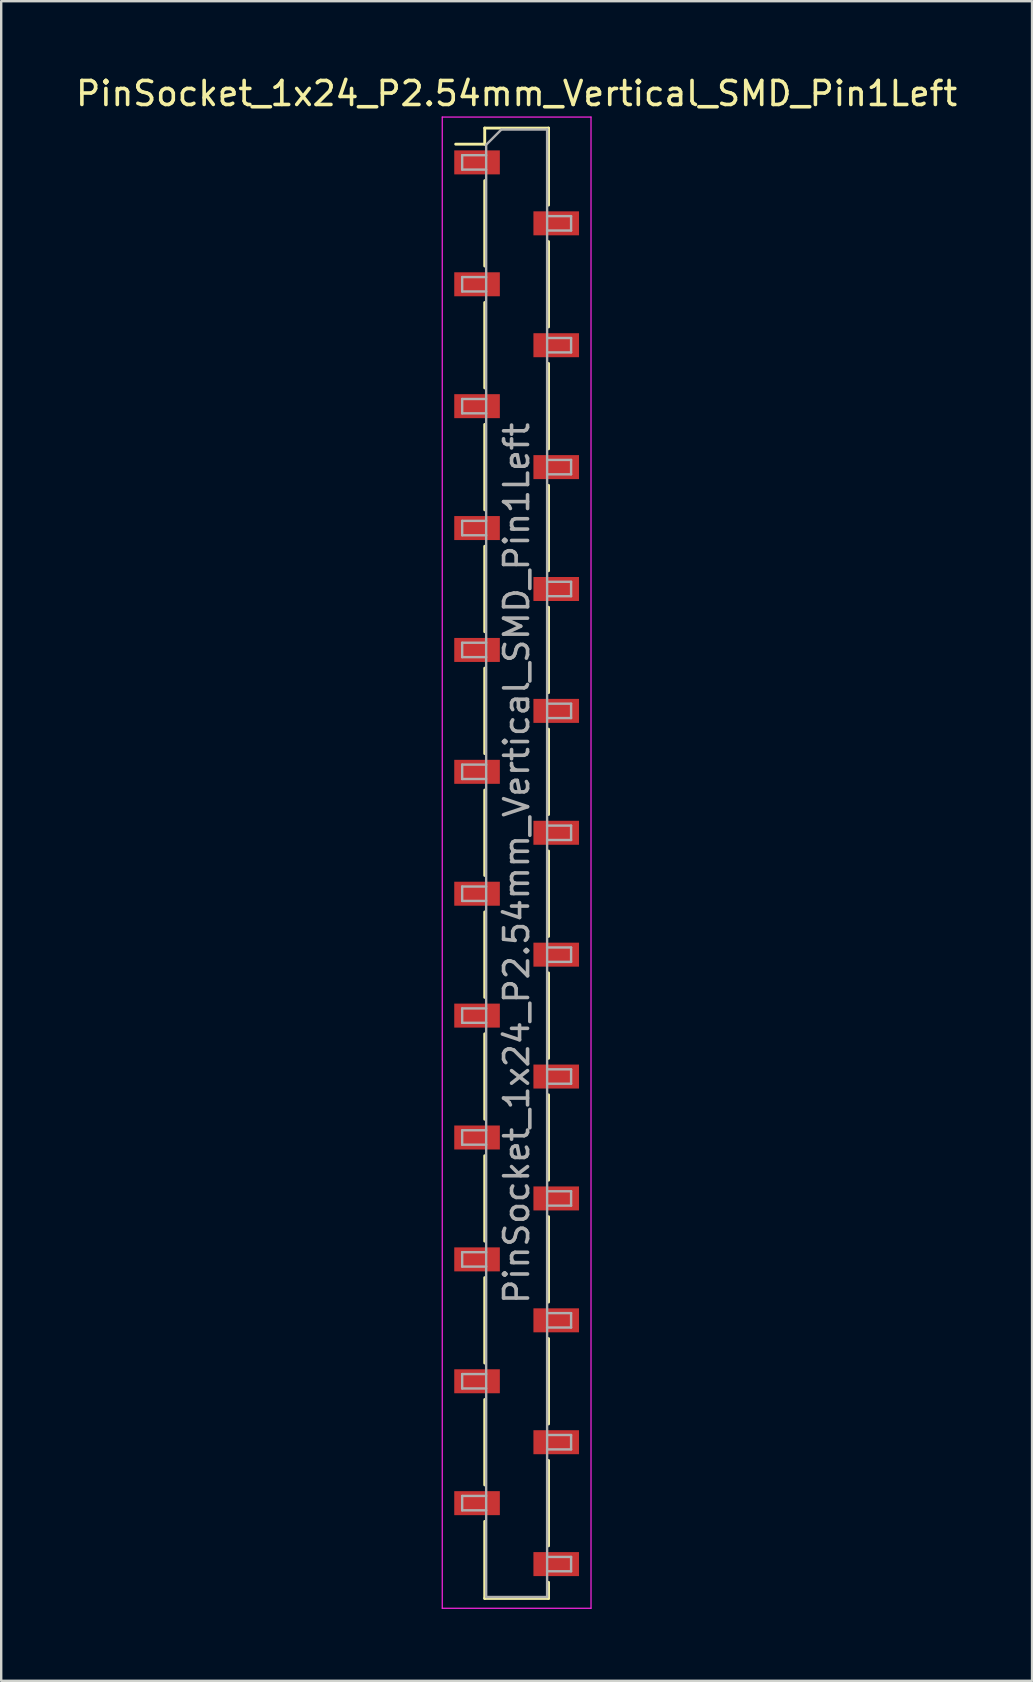
<source format=kicad_pcb>
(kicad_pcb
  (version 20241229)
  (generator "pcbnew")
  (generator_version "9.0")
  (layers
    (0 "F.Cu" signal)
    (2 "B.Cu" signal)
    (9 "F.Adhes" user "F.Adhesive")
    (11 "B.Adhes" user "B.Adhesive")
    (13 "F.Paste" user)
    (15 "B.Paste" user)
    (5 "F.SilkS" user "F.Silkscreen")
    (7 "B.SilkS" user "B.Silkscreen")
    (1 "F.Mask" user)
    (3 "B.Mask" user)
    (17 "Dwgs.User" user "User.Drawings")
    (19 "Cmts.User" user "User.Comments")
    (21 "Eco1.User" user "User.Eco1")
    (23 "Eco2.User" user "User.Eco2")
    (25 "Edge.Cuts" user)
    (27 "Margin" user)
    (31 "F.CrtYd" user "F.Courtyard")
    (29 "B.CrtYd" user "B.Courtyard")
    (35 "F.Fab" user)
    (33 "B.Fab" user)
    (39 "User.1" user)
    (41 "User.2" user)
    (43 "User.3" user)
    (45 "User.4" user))
  (footprint "PinSocket_1x24_P2.54mm_Vertical_SMD_Pin1Left"
    (layer "F.Cu")
    (at 18.482 32.928)
    (property "Reference" "PinSocket_1x24_P2.54mm_Vertical_SMD_Pin1Left" (at 0 -32.08 0) (layer "F.SilkS") (effects (font (size 1 1) (thickness 0.15))))
    (attr smd)
    (fp_line (start -2.54 -29.97) (end -1.33 -29.97) (stroke (width 0.12) (type solid)) (layer "F.SilkS"))
    (fp_line (start -1.33 -30.64) (end -1.33 -29.97) (stroke (width 0.12) (type solid)) (layer "F.SilkS"))
    (fp_line (start -1.33 -30.64) (end 1.33 -30.64) (stroke (width 0.12) (type solid)) (layer "F.SilkS"))
    (fp_line (start -1.33 -28.45) (end -1.33 -24.89) (stroke (width 0.12) (type solid)) (layer "F.SilkS"))
    (fp_line (start -1.33 -23.37) (end -1.33 -19.81) (stroke (width 0.12) (type solid)) (layer "F.SilkS"))
    (fp_line (start -1.33 -18.29) (end -1.33 -14.73) (stroke (width 0.12) (type solid)) (layer "F.SilkS"))
    (fp_line (start -1.33 -13.21) (end -1.33 -9.65) (stroke (width 0.12) (type solid)) (layer "F.SilkS"))
    (fp_line (start -1.33 -8.13) (end -1.33 -4.57) (stroke (width 0.12) (type solid)) (layer "F.SilkS"))
    (fp_line (start -1.33 -3.05) (end -1.33 0.51) (stroke (width 0.12) (type solid)) (layer "F.SilkS"))
    (fp_line (start -1.33 2.03) (end -1.33 5.59) (stroke (width 0.12) (type solid)) (layer "F.SilkS"))
    (fp_line (start -1.33 7.11) (end -1.33 10.67) (stroke (width 0.12) (type solid)) (layer "F.SilkS"))
    (fp_line (start -1.33 12.19) (end -1.33 15.75) (stroke (width 0.12) (type solid)) (layer "F.SilkS"))
    (fp_line (start -1.33 17.27) (end -1.33 20.83) (stroke (width 0.12) (type solid)) (layer "F.SilkS"))
    (fp_line (start -1.33 22.35) (end -1.33 25.91) (stroke (width 0.12) (type solid)) (layer "F.SilkS"))
    (fp_line (start -1.33 27.43) (end -1.33 30.64) (stroke (width 0.12) (type solid)) (layer "F.SilkS"))
    (fp_line (start -1.33 30.64) (end 1.33 30.64) (stroke (width 0.12) (type solid)) (layer "F.SilkS"))
    (fp_line (start 1.33 -30.64) (end 1.33 -27.43) (stroke (width 0.12) (type solid)) (layer "F.SilkS"))
    (fp_line (start 1.33 -25.91) (end 1.33 -22.35) (stroke (width 0.12) (type solid)) (layer "F.SilkS"))
    (fp_line (start 1.33 -20.83) (end 1.33 -17.27) (stroke (width 0.12) (type solid)) (layer "F.SilkS"))
    (fp_line (start 1.33 -15.75) (end 1.33 -12.19) (stroke (width 0.12) (type solid)) (layer "F.SilkS"))
    (fp_line (start 1.33 -10.67) (end 1.33 -7.11) (stroke (width 0.12) (type solid)) (layer "F.SilkS"))
    (fp_line (start 1.33 -5.59) (end 1.33 -2.03) (stroke (width 0.12) (type solid)) (layer "F.SilkS"))
    (fp_line (start 1.33 -0.51) (end 1.33 3.05) (stroke (width 0.12) (type solid)) (layer "F.SilkS"))
    (fp_line (start 1.33 4.57) (end 1.33 8.13) (stroke (width 0.12) (type solid)) (layer "F.SilkS"))
    (fp_line (start 1.33 9.65) (end 1.33 13.21) (stroke (width 0.12) (type solid)) (layer "F.SilkS"))
    (fp_line (start 1.33 14.73) (end 1.33 18.29) (stroke (width 0.12) (type solid)) (layer "F.SilkS"))
    (fp_line (start 1.33 19.81) (end 1.33 23.37) (stroke (width 0.12) (type solid)) (layer "F.SilkS"))
    (fp_line (start 1.33 24.89) (end 1.33 28.45) (stroke (width 0.12) (type solid)) (layer "F.SilkS"))
    (fp_line (start 1.33 29.97) (end 1.33 30.64) (stroke (width 0.12) (type solid)) (layer "F.SilkS"))
    (fp_line (start -3.1 -31.1) (end 3.1 -31.1) (stroke (width 0.05) (type solid)) (layer "F.CrtYd"))
    (fp_line (start -3.1 31.05) (end -3.1 -31.1) (stroke (width 0.05) (type solid)) (layer "F.CrtYd"))
    (fp_line (start 3.1 -31.1) (end 3.1 31.05) (stroke (width 0.05) (type solid)) (layer "F.CrtYd"))
    (fp_line (start 3.1 31.05) (end -3.1 31.05) (stroke (width 0.05) (type solid)) (layer "F.CrtYd"))
    (fp_line (start -2.27 -29.51) (end -1.27 -29.51) (stroke (width 0.1) (type solid)) (layer "F.Fab"))
    (fp_line (start -2.27 -28.91) (end -2.27 -29.51) (stroke (width 0.1) (type solid)) (layer "F.Fab"))
    (fp_line (start -2.27 -24.43) (end -1.27 -24.43) (stroke (width 0.1) (type solid)) (layer "F.Fab"))
    (fp_line (start -2.27 -23.83) (end -2.27 -24.43) (stroke (width 0.1) (type solid)) (layer "F.Fab"))
    (fp_line (start -2.27 -19.35) (end -1.27 -19.35) (stroke (width 0.1) (type solid)) (layer "F.Fab"))
    (fp_line (start -2.27 -18.75) (end -2.27 -19.35) (stroke (width 0.1) (type solid)) (layer "F.Fab"))
    (fp_line (start -2.27 -14.27) (end -1.27 -14.27) (stroke (width 0.1) (type solid)) (layer "F.Fab"))
    (fp_line (start -2.27 -13.67) (end -2.27 -14.27) (stroke (width 0.1) (type solid)) (layer "F.Fab"))
    (fp_line (start -2.27 -9.19) (end -1.27 -9.19) (stroke (width 0.1) (type solid)) (layer "F.Fab"))
    (fp_line (start -2.27 -8.59) (end -2.27 -9.19) (stroke (width 0.1) (type solid)) (layer "F.Fab"))
    (fp_line (start -2.27 -4.11) (end -1.27 -4.11) (stroke (width 0.1) (type solid)) (layer "F.Fab"))
    (fp_line (start -2.27 -3.51) (end -2.27 -4.11) (stroke (width 0.1) (type solid)) (layer "F.Fab"))
    (fp_line (start -2.27 0.97) (end -1.27 0.97) (stroke (width 0.1) (type solid)) (layer "F.Fab"))
    (fp_line (start -2.27 1.57) (end -2.27 0.97) (stroke (width 0.1) (type solid)) (layer "F.Fab"))
    (fp_line (start -2.27 6.05) (end -1.27 6.05) (stroke (width 0.1) (type solid)) (layer "F.Fab"))
    (fp_line (start -2.27 6.65) (end -2.27 6.05) (stroke (width 0.1) (type solid)) (layer "F.Fab"))
    (fp_line (start -2.27 11.13) (end -1.27 11.13) (stroke (width 0.1) (type solid)) (layer "F.Fab"))
    (fp_line (start -2.27 11.73) (end -2.27 11.13) (stroke (width 0.1) (type solid)) (layer "F.Fab"))
    (fp_line (start -2.27 16.21) (end -1.27 16.21) (stroke (width 0.1) (type solid)) (layer "F.Fab"))
    (fp_line (start -2.27 16.81) (end -2.27 16.21) (stroke (width 0.1) (type solid)) (layer "F.Fab"))
    (fp_line (start -2.27 21.29) (end -1.27 21.29) (stroke (width 0.1) (type solid)) (layer "F.Fab"))
    (fp_line (start -2.27 21.89) (end -2.27 21.29) (stroke (width 0.1) (type solid)) (layer "F.Fab"))
    (fp_line (start -2.27 26.37) (end -1.27 26.37) (stroke (width 0.1) (type solid)) (layer "F.Fab"))
    (fp_line (start -2.27 26.97) (end -2.27 26.37) (stroke (width 0.1) (type solid)) (layer "F.Fab"))
    (fp_line (start -1.27 -29.945) (end -0.635 -30.58) (stroke (width 0.1) (type solid)) (layer "F.Fab"))
    (fp_line (start -1.27 -28.91) (end -2.27 -28.91) (stroke (width 0.1) (type solid)) (layer "F.Fab"))
    (fp_line (start -1.27 -23.83) (end -2.27 -23.83) (stroke (width 0.1) (type solid)) (layer "F.Fab"))
    (fp_line (start -1.27 -18.75) (end -2.27 -18.75) (stroke (width 0.1) (type solid)) (layer "F.Fab"))
    (fp_line (start -1.27 -13.67) (end -2.27 -13.67) (stroke (width 0.1) (type solid)) (layer "F.Fab"))
    (fp_line (start -1.27 -8.59) (end -2.27 -8.59) (stroke (width 0.1) (type solid)) (layer "F.Fab"))
    (fp_line (start -1.27 -3.51) (end -2.27 -3.51) (stroke (width 0.1) (type solid)) (layer "F.Fab"))
    (fp_line (start -1.27 1.57) (end -2.27 1.57) (stroke (width 0.1) (type solid)) (layer "F.Fab"))
    (fp_line (start -1.27 6.65) (end -2.27 6.65) (stroke (width 0.1) (type solid)) (layer "F.Fab"))
    (fp_line (start -1.27 11.73) (end -2.27 11.73) (stroke (width 0.1) (type solid)) (layer "F.Fab"))
    (fp_line (start -1.27 16.81) (end -2.27 16.81) (stroke (width 0.1) (type solid)) (layer "F.Fab"))
    (fp_line (start -1.27 21.89) (end -2.27 21.89) (stroke (width 0.1) (type solid)) (layer "F.Fab"))
    (fp_line (start -1.27 26.97) (end -2.27 26.97) (stroke (width 0.1) (type solid)) (layer "F.Fab"))
    (fp_line (start -1.27 30.58) (end -1.27 -29.945) (stroke (width 0.1) (type solid)) (layer "F.Fab"))
    (fp_line (start -0.635 -30.58) (end 1.27 -30.58) (stroke (width 0.1) (type solid)) (layer "F.Fab"))
    (fp_line (start 1.27 -30.58) (end 1.27 30.58) (stroke (width 0.1) (type solid)) (layer "F.Fab"))
    (fp_line (start 1.27 -26.97) (end 2.27 -26.97) (stroke (width 0.1) (type solid)) (layer "F.Fab"))
    (fp_line (start 1.27 -21.89) (end 2.27 -21.89) (stroke (width 0.1) (type solid)) (layer "F.Fab"))
    (fp_line (start 1.27 -16.81) (end 2.27 -16.81) (stroke (width 0.1) (type solid)) (layer "F.Fab"))
    (fp_line (start 1.27 -11.73) (end 2.27 -11.73) (stroke (width 0.1) (type solid)) (layer "F.Fab"))
    (fp_line (start 1.27 -6.65) (end 2.27 -6.65) (stroke (width 0.1) (type solid)) (layer "F.Fab"))
    (fp_line (start 1.27 -1.57) (end 2.27 -1.57) (stroke (width 0.1) (type solid)) (layer "F.Fab"))
    (fp_line (start 1.27 3.51) (end 2.27 3.51) (stroke (width 0.1) (type solid)) (layer "F.Fab"))
    (fp_line (start 1.27 8.59) (end 2.27 8.59) (stroke (width 0.1) (type solid)) (layer "F.Fab"))
    (fp_line (start 1.27 13.67) (end 2.27 13.67) (stroke (width 0.1) (type solid)) (layer "F.Fab"))
    (fp_line (start 1.27 18.75) (end 2.27 18.75) (stroke (width 0.1) (type solid)) (layer "F.Fab"))
    (fp_line (start 1.27 23.83) (end 2.27 23.83) (stroke (width 0.1) (type solid)) (layer "F.Fab"))
    (fp_line (start 1.27 28.91) (end 2.27 28.91) (stroke (width 0.1) (type solid)) (layer "F.Fab"))
    (fp_line (start 1.27 30.58) (end -1.27 30.58) (stroke (width 0.1) (type solid)) (layer "F.Fab"))
    (fp_line (start 2.27 -26.97) (end 2.27 -26.37) (stroke (width 0.1) (type solid)) (layer "F.Fab"))
    (fp_line (start 2.27 -26.37) (end 1.27 -26.37) (stroke (width 0.1) (type solid)) (layer "F.Fab"))
    (fp_line (start 2.27 -21.89) (end 2.27 -21.29) (stroke (width 0.1) (type solid)) (layer "F.Fab"))
    (fp_line (start 2.27 -21.29) (end 1.27 -21.29) (stroke (width 0.1) (type solid)) (layer "F.Fab"))
    (fp_line (start 2.27 -16.81) (end 2.27 -16.21) (stroke (width 0.1) (type solid)) (layer "F.Fab"))
    (fp_line (start 2.27 -16.21) (end 1.27 -16.21) (stroke (width 0.1) (type solid)) (layer "F.Fab"))
    (fp_line (start 2.27 -11.73) (end 2.27 -11.13) (stroke (width 0.1) (type solid)) (layer "F.Fab"))
    (fp_line (start 2.27 -11.13) (end 1.27 -11.13) (stroke (width 0.1) (type solid)) (layer "F.Fab"))
    (fp_line (start 2.27 -6.65) (end 2.27 -6.05) (stroke (width 0.1) (type solid)) (layer "F.Fab"))
    (fp_line (start 2.27 -6.05) (end 1.27 -6.05) (stroke (width 0.1) (type solid)) (layer "F.Fab"))
    (fp_line (start 2.27 -1.57) (end 2.27 -0.97) (stroke (width 0.1) (type solid)) (layer "F.Fab"))
    (fp_line (start 2.27 -0.97) (end 1.27 -0.97) (stroke (width 0.1) (type solid)) (layer "F.Fab"))
    (fp_line (start 2.27 3.51) (end 2.27 4.11) (stroke (width 0.1) (type solid)) (layer "F.Fab"))
    (fp_line (start 2.27 4.11) (end 1.27 4.11) (stroke (width 0.1) (type solid)) (layer "F.Fab"))
    (fp_line (start 2.27 8.59) (end 2.27 9.19) (stroke (width 0.1) (type solid)) (layer "F.Fab"))
    (fp_line (start 2.27 9.19) (end 1.27 9.19) (stroke (width 0.1) (type solid)) (layer "F.Fab"))
    (fp_line (start 2.27 13.67) (end 2.27 14.27) (stroke (width 0.1) (type solid)) (layer "F.Fab"))
    (fp_line (start 2.27 14.27) (end 1.27 14.27) (stroke (width 0.1) (type solid)) (layer "F.Fab"))
    (fp_line (start 2.27 18.75) (end 2.27 19.35) (stroke (width 0.1) (type solid)) (layer "F.Fab"))
    (fp_line (start 2.27 19.35) (end 1.27 19.35) (stroke (width 0.1) (type solid)) (layer "F.Fab"))
    (fp_line (start 2.27 23.83) (end 2.27 24.43) (stroke (width 0.1) (type solid)) (layer "F.Fab"))
    (fp_line (start 2.27 24.43) (end 1.27 24.43) (stroke (width 0.1) (type solid)) (layer "F.Fab"))
    (fp_line (start 2.27 28.91) (end 2.27 29.51) (stroke (width 0.1) (type solid)) (layer "F.Fab"))
    (fp_line (start 2.27 29.51) (end 1.27 29.51) (stroke (width 0.1) (type solid)) (layer "F.Fab"))
    (fp_text user "${REFERENCE}" (at 0 0 90) (layer "F.Fab") (effects (font (size 1 1) (thickness 0.15))))
    (pad "1" smd rect (at -1.65 -29.21) (size 1.9 1) (layers "F.Cu" "F.Mask" "F.Paste"))
    (pad "2" smd rect (at 1.65 -26.67) (size 1.9 1) (layers "F.Cu" "F.Mask" "F.Paste"))
    (pad "3" smd rect (at -1.65 -24.13) (size 1.9 1) (layers "F.Cu" "F.Mask" "F.Paste"))
    (pad "4" smd rect (at 1.65 -21.59) (size 1.9 1) (layers "F.Cu" "F.Mask" "F.Paste"))
    (pad "5" smd rect (at -1.65 -19.05) (size 1.9 1) (layers "F.Cu" "F.Mask" "F.Paste"))
    (pad "6" smd rect (at 1.65 -16.51) (size 1.9 1) (layers "F.Cu" "F.Mask" "F.Paste"))
    (pad "7" smd rect (at -1.65 -13.97) (size 1.9 1) (layers "F.Cu" "F.Mask" "F.Paste"))
    (pad "8" smd rect (at 1.65 -11.43) (size 1.9 1) (layers "F.Cu" "F.Mask" "F.Paste"))
    (pad "9" smd rect (at -1.65 -8.89) (size 1.9 1) (layers "F.Cu" "F.Mask" "F.Paste"))
    (pad "10" smd rect (at 1.65 -6.35) (size 1.9 1) (layers "F.Cu" "F.Mask" "F.Paste"))
    (pad "11" smd rect (at -1.65 -3.81) (size 1.9 1) (layers "F.Cu" "F.Mask" "F.Paste"))
    (pad "12" smd rect (at 1.65 -1.27) (size 1.9 1) (layers "F.Cu" "F.Mask" "F.Paste"))
    (pad "13" smd rect (at -1.65 1.27) (size 1.9 1) (layers "F.Cu" "F.Mask" "F.Paste"))
    (pad "14" smd rect (at 1.65 3.81) (size 1.9 1) (layers "F.Cu" "F.Mask" "F.Paste"))
    (pad "15" smd rect (at -1.65 6.35) (size 1.9 1) (layers "F.Cu" "F.Mask" "F.Paste"))
    (pad "16" smd rect (at 1.65 8.89) (size 1.9 1) (layers "F.Cu" "F.Mask" "F.Paste"))
    (pad "17" smd rect (at -1.65 11.43) (size 1.9 1) (layers "F.Cu" "F.Mask" "F.Paste"))
    (pad "18" smd rect (at 1.65 13.97) (size 1.9 1) (layers "F.Cu" "F.Mask" "F.Paste"))
    (pad "19" smd rect (at -1.65 16.51) (size 1.9 1) (layers "F.Cu" "F.Mask" "F.Paste"))
    (pad "20" smd rect (at 1.65 19.05) (size 1.9 1) (layers "F.Cu" "F.Mask" "F.Paste"))
    (pad "21" smd rect (at -1.65 21.59) (size 1.9 1) (layers "F.Cu" "F.Mask" "F.Paste"))
    (pad "22" smd rect (at 1.65 24.13) (size 1.9 1) (layers "F.Cu" "F.Mask" "F.Paste"))
    (pad "23" smd rect (at -1.65 26.67) (size 1.9 1) (layers "F.Cu" "F.Mask" "F.Paste"))
    (pad "24" smd rect (at 1.65 29.21) (size 1.9 1) (layers "F.Cu" "F.Mask" "F.Paste")))
  (gr_rect
    (start -3 -3)
    (end 39.964 67.003)
    (stroke (width 0.1) (type default))
    (fill no)
    (layer "Edge.Cuts")))
</source>
